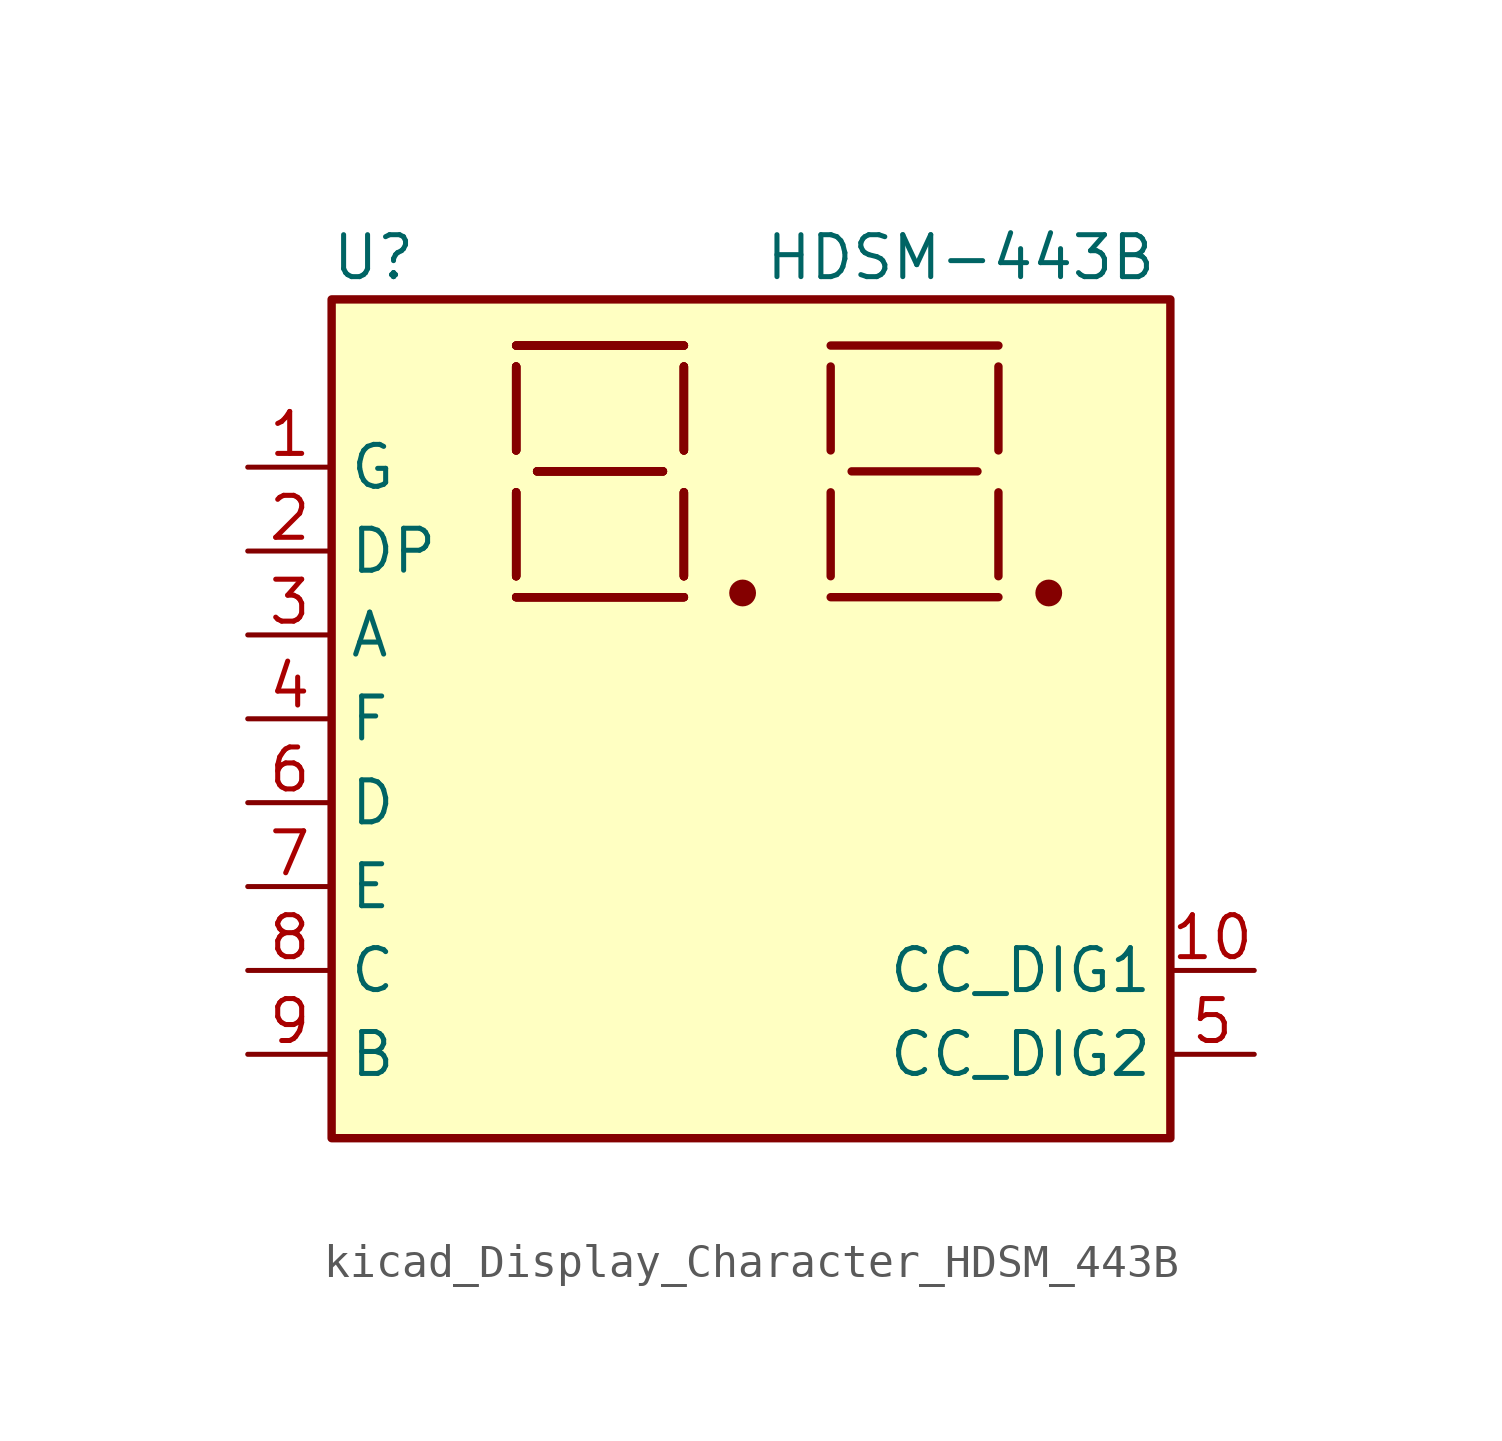
<source format=kicad_sym>
(kicad_symbol_lib
  (version 20220914)
  (generator kicad_symbol_editor)
  (symbol "kicad_Display_Character_HDSM_443B"
    (property "Reference" "U"
      (at -11.43 13.97 0)
      (effects (font (size 1.27 1.27))))
    (property "Value" "HDSM-443B"
      (at 6.35 13.97 0)
      (effects (font (size 1.27 1.27))))
    (symbol "kicad_Display_Character_HDSM_443B_0_1"
      (rectangle (start -12.7 12.7) (end 12.7 -12.7) (stroke (width 0.254) (type default)) (fill (type background)))
      (circle (center -0.254 3.81) (radius 0.279) (stroke (width 0.254) (type default)) (fill (type outline)))
      (polyline (pts (xy -7.112 3.683) (xy -2.032 3.683)) (stroke (width 0.254) (type default)) (fill (type none)))
      (polyline (pts (xy -7.112 3.683) (xy -2.032 3.683)) (stroke (width 0.254) (type default)) (fill (type none)))
      (polyline (pts (xy -7.112 3.683) (xy -2.032 3.683)) (stroke (width 0.254) (type default)) (fill (type none)))
      (polyline (pts (xy -7.112 3.683) (xy -2.032 3.683)) (stroke (width 0.254) (type default)) (fill (type none)))
      (polyline (pts (xy -7.112 4.318) (xy -7.112 6.858)) (stroke (width 0.254) (type default)) (fill (type none)))
      (polyline (pts (xy -7.112 4.318) (xy -7.112 6.858)) (stroke (width 0.254) (type default)) (fill (type none)))
      (polyline (pts (xy -7.112 4.318) (xy -7.112 6.858)) (stroke (width 0.254) (type default)) (fill (type none)))
      (polyline (pts (xy -7.112 4.318) (xy -7.112 6.858)) (stroke (width 0.254) (type default)) (fill (type none)))
      (polyline (pts (xy -7.112 8.128) (xy -7.112 10.668)) (stroke (width 0.254) (type default)) (fill (type none)))
      (polyline (pts (xy -7.112 8.128) (xy -7.112 10.668)) (stroke (width 0.254) (type default)) (fill (type none)))
      (polyline (pts (xy -7.112 8.128) (xy -7.112 10.668)) (stroke (width 0.254) (type default)) (fill (type none)))
      (polyline (pts (xy -7.112 8.128) (xy -7.112 10.668)) (stroke (width 0.254) (type default)) (fill (type none)))
      (polyline (pts (xy -7.112 11.303) (xy -2.032 11.303)) (stroke (width 0.254) (type default)) (fill (type none)))
      (polyline (pts (xy -7.112 11.303) (xy -2.032 11.303)) (stroke (width 0.254) (type default)) (fill (type none)))
      (polyline (pts (xy -7.112 11.303) (xy -2.032 11.303)) (stroke (width 0.254) (type default)) (fill (type none)))
      (polyline (pts (xy -7.112 11.303) (xy -2.032 11.303)) (stroke (width 0.254) (type default)) (fill (type none)))
      (polyline (pts (xy -6.477 7.493) (xy -2.667 7.493)) (stroke (width 0.254) (type default)) (fill (type none)))
      (polyline (pts (xy -6.477 7.493) (xy -2.667 7.493)) (stroke (width 0.254) (type default)) (fill (type none)))
      (polyline (pts (xy -6.477 7.493) (xy -2.667 7.493)) (stroke (width 0.254) (type default)) (fill (type none)))
      (polyline (pts (xy -6.477 7.493) (xy -2.667 7.493)) (stroke (width 0.254) (type default)) (fill (type none)))
      (polyline (pts (xy -2.032 4.318) (xy -2.032 6.858)) (stroke (width 0.254) (type default)) (fill (type none)))
      (polyline (pts (xy -2.032 4.318) (xy -2.032 6.858)) (stroke (width 0.254) (type default)) (fill (type none)))
      (polyline (pts (xy -2.032 4.318) (xy -2.032 6.858)) (stroke (width 0.254) (type default)) (fill (type none)))
      (polyline (pts (xy -2.032 4.318) (xy -2.032 6.858)) (stroke (width 0.254) (type default)) (fill (type none)))
      (polyline (pts (xy -2.032 10.668) (xy -2.032 8.128)) (stroke (width 0.254) (type default)) (fill (type none)))
      (polyline (pts (xy -2.032 10.668) (xy -2.032 8.128)) (stroke (width 0.254) (type default)) (fill (type none)))
      (polyline (pts (xy -2.032 10.668) (xy -2.032 8.128)) (stroke (width 0.254) (type default)) (fill (type none)))
      (polyline (pts (xy -2.032 10.668) (xy -2.032 8.128)) (stroke (width 0.254) (type default)) (fill (type none)))
      (polyline (pts (xy 2.413 3.683) (xy 7.493 3.683)) (stroke (width 0.254) (type default)) (fill (type none)))
      (polyline (pts (xy 2.413 4.318) (xy 2.413 6.858)) (stroke (width 0.254) (type default)) (fill (type none)))
      (polyline (pts (xy 2.413 8.128) (xy 2.413 10.668)) (stroke (width 0.254) (type default)) (fill (type none)))
      (polyline (pts (xy 2.413 11.303) (xy 7.493 11.303)) (stroke (width 0.254) (type default)) (fill (type none)))
      (polyline (pts (xy 3.048 7.493) (xy 6.858 7.493)) (stroke (width 0.254) (type default)) (fill (type none)))
      (polyline (pts (xy 7.493 4.318) (xy 7.493 6.858)) (stroke (width 0.254) (type default)) (fill (type none)))
      (polyline (pts (xy 7.493 8.128) (xy 7.493 10.668)) (stroke (width 0.254) (type default)) (fill (type none)))
      (circle (center 9.017 3.81) (radius 0.279) (stroke (width 0.254) (type default)) (fill (type outline))))
    (symbol "kicad_Display_Character_HDSM_443B_1_1"
      (pin input line (at -15.24 7.62 0) (length 2.54) (name "G" (effects (font (size 1.27 1.27)))) (number "1" (effects (font (size 1.27 1.27)))))
      (pin input line (at 15.24 -7.62 180) (length 2.54) (name "CC_DIG1" (effects (font (size 1.27 1.27)))) (number "10" (effects (font (size 1.27 1.27)))))
      (pin input line (at -15.24 5.08 0) (length 2.54) (name "DP" (effects (font (size 1.27 1.27)))) (number "2" (effects (font (size 1.27 1.27)))))
      (pin input line (at -15.24 2.54 0) (length 2.54) (name "A" (effects (font (size 1.27 1.27)))) (number "3" (effects (font (size 1.27 1.27)))))
      (pin input line (at -15.24 0 0) (length 2.54) (name "F" (effects (font (size 1.27 1.27)))) (number "4" (effects (font (size 1.27 1.27)))))
      (pin input line (at 15.24 -10.16 180) (length 2.54) (name "CC_DIG2" (effects (font (size 1.27 1.27)))) (number "5" (effects (font (size 1.27 1.27)))))
      (pin input line (at -15.24 -2.54 0) (length 2.54) (name "D" (effects (font (size 1.27 1.27)))) (number "6" (effects (font (size 1.27 1.27)))))
      (pin input line (at -15.24 -5.08 0) (length 2.54) (name "E" (effects (font (size 1.27 1.27)))) (number "7" (effects (font (size 1.27 1.27)))))
      (pin input line (at -15.24 -7.62 0) (length 2.54) (name "C" (effects (font (size 1.27 1.27)))) (number "8" (effects (font (size 1.27 1.27)))))
      (pin input line (at -15.24 -10.16 0) (length 2.54) (name "B" (effects (font (size 1.27 1.27)))) (number "9" (effects (font (size 1.27 1.27))))))))
</source>
